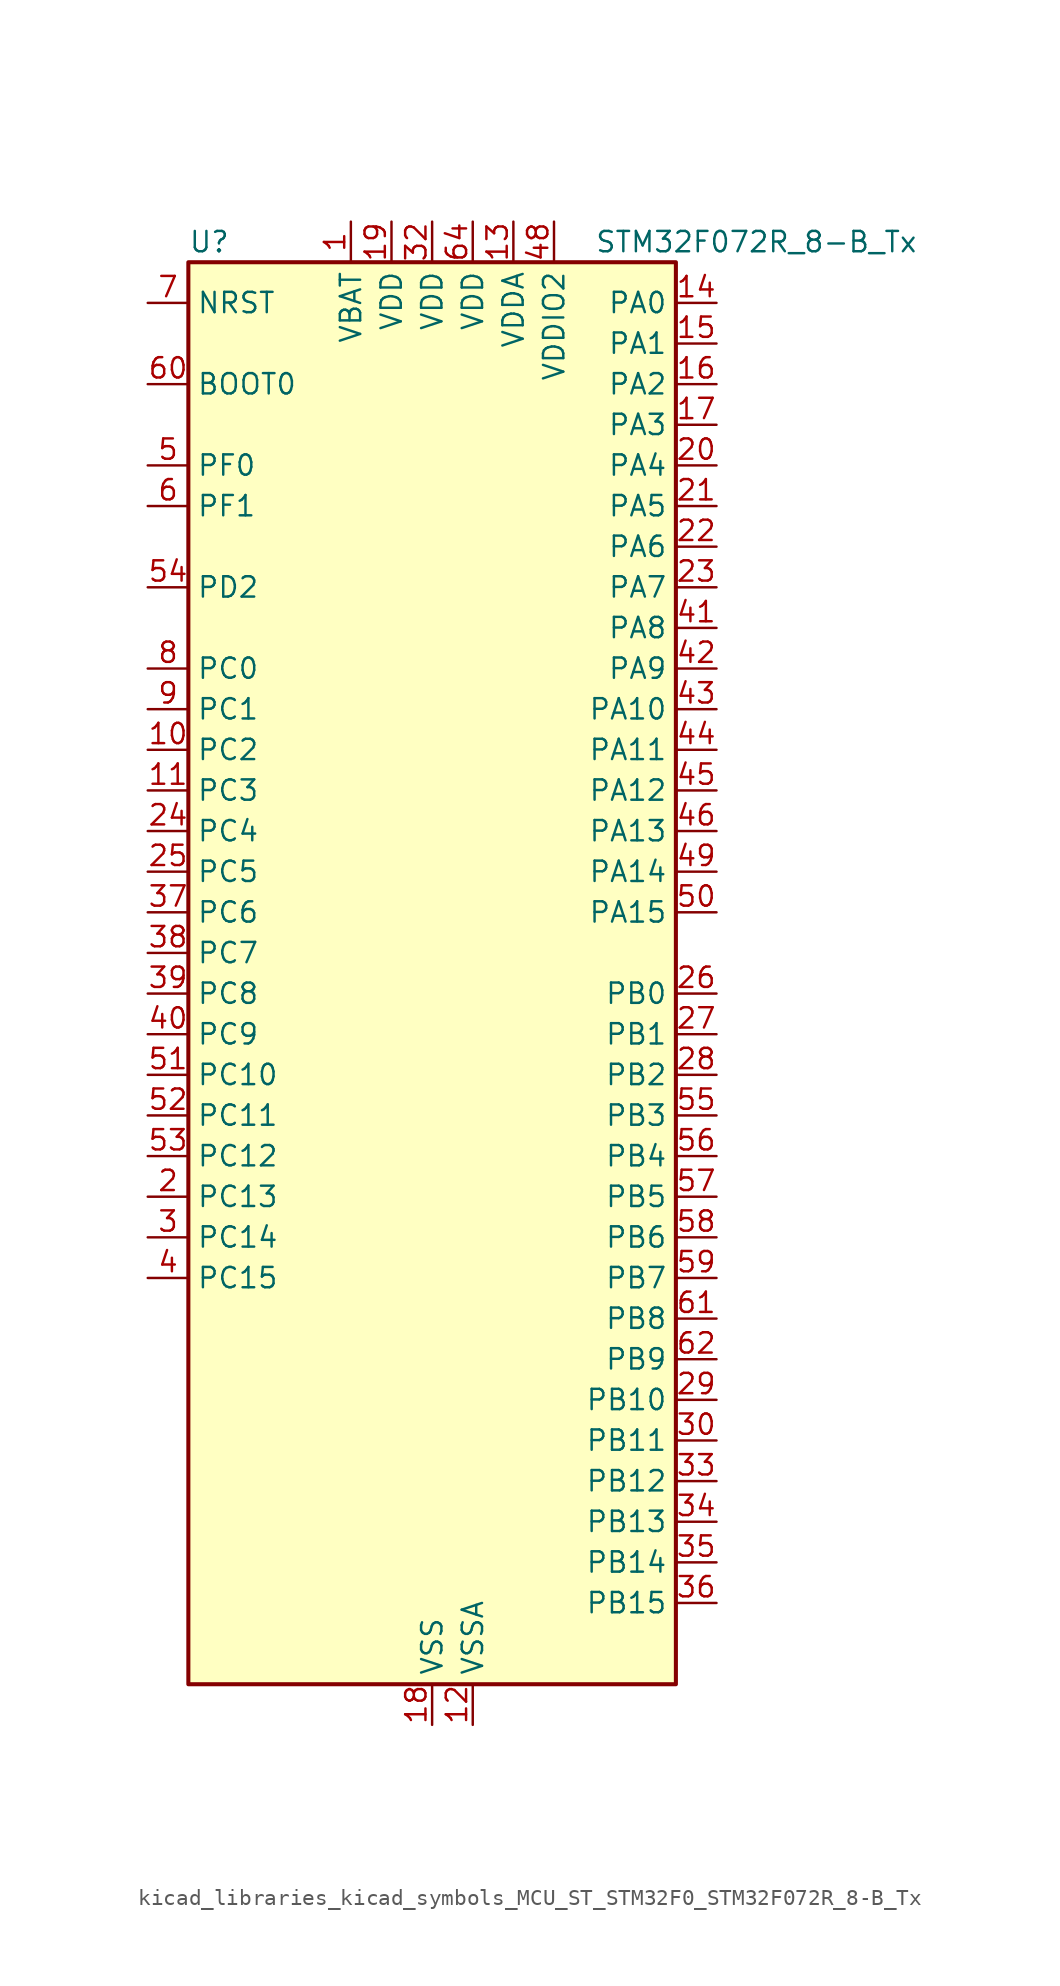
<source format=kicad_sym>
(kicad_symbol_lib
  (version 20220914)
  (generator kicad_symbol_editor)
  (symbol "kicad_libraries_kicad_symbols_MCU_ST_STM32F0_STM32F072R_8-B_Tx"
    (property "Reference" "U"
      (at -15.24 46.99 0)
      (effects (font (size 1.27 1.27)) (justify left)))
    (property "Value" "STM32F072R_8-B_Tx"
      (at 10.16 46.99 0)
      (effects (font (size 1.27 1.27)) (justify left)))
    (property "ki_locked" ""
      (at 0 0 0)
      (effects (font (size 1.27 1.27))))
    (symbol "kicad_libraries_kicad_symbols_MCU_ST_STM32F0_STM32F072R_8-B_Tx_0_1"
      (rectangle (start -15.24 -43.18) (end 15.24 45.72) (stroke (width 0.254) (type default)) (fill (type background))))
    (symbol "kicad_libraries_kicad_symbols_MCU_ST_STM32F0_STM32F072R_8-B_Tx_1_1"
      (pin power_in line (at -5.08 48.26 270) (length 2.54) (name "VBAT" (effects (font (size 1.27 1.27)))) (number "1" (effects (font (size 1.27 1.27)))))
      (pin bidirectional line (at -17.78 15.24 0) (length 2.54) (name "PC2" (effects (font (size 1.27 1.27)))) (number "10" (effects (font (size 1.27 1.27)))) (alternate "ADC_IN12" bidirectional line) (alternate "I2S2_MCK" bidirectional line) (alternate "SPI2_MISO" bidirectional line))
      (pin bidirectional line (at -17.78 12.7 0) (length 2.54) (name "PC3" (effects (font (size 1.27 1.27)))) (number "11" (effects (font (size 1.27 1.27)))) (alternate "ADC_IN13" bidirectional line) (alternate "I2S2_SD" bidirectional line) (alternate "SPI2_MOSI" bidirectional line))
      (pin power_in line (at 2.54 -45.72 90) (length 2.54) (name "VSSA" (effects (font (size 1.27 1.27)))) (number "12" (effects (font (size 1.27 1.27)))))
      (pin power_in line (at 5.08 48.26 270) (length 2.54) (name "VDDA" (effects (font (size 1.27 1.27)))) (number "13" (effects (font (size 1.27 1.27)))))
      (pin bidirectional line (at 17.78 43.18 180) (length 2.54) (name "PA0" (effects (font (size 1.27 1.27)))) (number "14" (effects (font (size 1.27 1.27)))) (alternate "ADC_IN0" bidirectional line) (alternate "COMP1_INM" bidirectional line) (alternate "COMP1_OUT" bidirectional line) (alternate "RTC_TAMP2" bidirectional line) (alternate "SYS_WKUP1" bidirectional line) (alternate "TIM2_CH1" bidirectional line) (alternate "TIM2_ETR" bidirectional line) (alternate "TSC_G1_IO1" bidirectional line) (alternate "USART2_CTS" bidirectional line) (alternate "USART4_TX" bidirectional line))
      (pin bidirectional line (at 17.78 40.64 180) (length 2.54) (name "PA1" (effects (font (size 1.27 1.27)))) (number "15" (effects (font (size 1.27 1.27)))) (alternate "ADC_IN1" bidirectional line) (alternate "COMP1_INP" bidirectional line) (alternate "TIM15_CH1N" bidirectional line) (alternate "TIM2_CH2" bidirectional line) (alternate "TSC_G1_IO2" bidirectional line) (alternate "USART2_DE" bidirectional line) (alternate "USART2_RTS" bidirectional line) (alternate "USART4_RX" bidirectional line))
      (pin bidirectional line (at 17.78 38.1 180) (length 2.54) (name "PA2" (effects (font (size 1.27 1.27)))) (number "16" (effects (font (size 1.27 1.27)))) (alternate "ADC_IN2" bidirectional line) (alternate "COMP2_INM" bidirectional line) (alternate "COMP2_OUT" bidirectional line) (alternate "SYS_WKUP4" bidirectional line) (alternate "TIM15_CH1" bidirectional line) (alternate "TIM2_CH3" bidirectional line) (alternate "TSC_G1_IO3" bidirectional line) (alternate "USART2_TX" bidirectional line))
      (pin bidirectional line (at 17.78 35.56 180) (length 2.54) (name "PA3" (effects (font (size 1.27 1.27)))) (number "17" (effects (font (size 1.27 1.27)))) (alternate "ADC_IN3" bidirectional line) (alternate "COMP2_INP" bidirectional line) (alternate "TIM15_CH2" bidirectional line) (alternate "TIM2_CH4" bidirectional line) (alternate "TSC_G1_IO4" bidirectional line) (alternate "USART2_RX" bidirectional line))
      (pin power_in line (at 0 -45.72 90) (length 2.54) (name "VSS" (effects (font (size 1.27 1.27)))) (number "18" (effects (font (size 1.27 1.27)))))
      (pin power_in line (at -2.54 48.26 270) (length 2.54) (name "VDD" (effects (font (size 1.27 1.27)))) (number "19" (effects (font (size 1.27 1.27)))))
      (pin bidirectional line (at -17.78 -12.7 0) (length 2.54) (name "PC13" (effects (font (size 1.27 1.27)))) (number "2" (effects (font (size 1.27 1.27)))) (alternate "RTC_OUT_ALARM" bidirectional line) (alternate "RTC_OUT_CALIB" bidirectional line) (alternate "RTC_TAMP1" bidirectional line) (alternate "RTC_TS" bidirectional line) (alternate "SYS_WKUP2" bidirectional line))
      (pin bidirectional line (at 17.78 33.02 180) (length 2.54) (name "PA4" (effects (font (size 1.27 1.27)))) (number "20" (effects (font (size 1.27 1.27)))) (alternate "ADC_IN4" bidirectional line) (alternate "COMP1_INM" bidirectional line) (alternate "COMP2_INM" bidirectional line) (alternate "DAC_OUT1" bidirectional line) (alternate "I2S1_WS" bidirectional line) (alternate "SPI1_NSS" bidirectional line) (alternate "TIM14_CH1" bidirectional line) (alternate "TSC_G2_IO1" bidirectional line) (alternate "USART2_CK" bidirectional line))
      (pin bidirectional line (at 17.78 30.48 180) (length 2.54) (name "PA5" (effects (font (size 1.27 1.27)))) (number "21" (effects (font (size 1.27 1.27)))) (alternate "ADC_IN5" bidirectional line) (alternate "CEC" bidirectional line) (alternate "COMP1_INM" bidirectional line) (alternate "COMP2_INM" bidirectional line) (alternate "DAC_OUT2" bidirectional line) (alternate "I2S1_CK" bidirectional line) (alternate "SPI1_SCK" bidirectional line) (alternate "TIM2_CH1" bidirectional line) (alternate "TIM2_ETR" bidirectional line) (alternate "TSC_G2_IO2" bidirectional line))
      (pin bidirectional line (at 17.78 27.94 180) (length 2.54) (name "PA6" (effects (font (size 1.27 1.27)))) (number "22" (effects (font (size 1.27 1.27)))) (alternate "ADC_IN6" bidirectional line) (alternate "COMP1_OUT" bidirectional line) (alternate "I2S1_MCK" bidirectional line) (alternate "SPI1_MISO" bidirectional line) (alternate "TIM16_CH1" bidirectional line) (alternate "TIM1_BKIN" bidirectional line) (alternate "TIM3_CH1" bidirectional line) (alternate "TSC_G2_IO3" bidirectional line) (alternate "USART3_CTS" bidirectional line))
      (pin bidirectional line (at 17.78 25.4 180) (length 2.54) (name "PA7" (effects (font (size 1.27 1.27)))) (number "23" (effects (font (size 1.27 1.27)))) (alternate "ADC_IN7" bidirectional line) (alternate "COMP2_OUT" bidirectional line) (alternate "I2S1_SD" bidirectional line) (alternate "SPI1_MOSI" bidirectional line) (alternate "TIM14_CH1" bidirectional line) (alternate "TIM17_CH1" bidirectional line) (alternate "TIM1_CH1N" bidirectional line) (alternate "TIM3_CH2" bidirectional line) (alternate "TSC_G2_IO4" bidirectional line))
      (pin bidirectional line (at -17.78 10.16 0) (length 2.54) (name "PC4" (effects (font (size 1.27 1.27)))) (number "24" (effects (font (size 1.27 1.27)))) (alternate "ADC_IN14" bidirectional line) (alternate "USART3_TX" bidirectional line))
      (pin bidirectional line (at -17.78 7.62 0) (length 2.54) (name "PC5" (effects (font (size 1.27 1.27)))) (number "25" (effects (font (size 1.27 1.27)))) (alternate "ADC_IN15" bidirectional line) (alternate "SYS_WKUP5" bidirectional line) (alternate "TSC_G3_IO1" bidirectional line) (alternate "USART3_RX" bidirectional line))
      (pin bidirectional line (at 17.78 0 180) (length 2.54) (name "PB0" (effects (font (size 1.27 1.27)))) (number "26" (effects (font (size 1.27 1.27)))) (alternate "ADC_IN8" bidirectional line) (alternate "TIM1_CH2N" bidirectional line) (alternate "TIM3_CH3" bidirectional line) (alternate "TSC_G3_IO2" bidirectional line) (alternate "USART3_CK" bidirectional line))
      (pin bidirectional line (at 17.78 -2.54 180) (length 2.54) (name "PB1" (effects (font (size 1.27 1.27)))) (number "27" (effects (font (size 1.27 1.27)))) (alternate "ADC_IN9" bidirectional line) (alternate "TIM14_CH1" bidirectional line) (alternate "TIM1_CH3N" bidirectional line) (alternate "TIM3_CH4" bidirectional line) (alternate "TSC_G3_IO3" bidirectional line) (alternate "USART3_DE" bidirectional line) (alternate "USART3_RTS" bidirectional line))
      (pin bidirectional line (at 17.78 -5.08 180) (length 2.54) (name "PB2" (effects (font (size 1.27 1.27)))) (number "28" (effects (font (size 1.27 1.27)))) (alternate "TSC_G3_IO4" bidirectional line))
      (pin bidirectional line (at 17.78 -25.4 180) (length 2.54) (name "PB10" (effects (font (size 1.27 1.27)))) (number "29" (effects (font (size 1.27 1.27)))) (alternate "CEC" bidirectional line) (alternate "I2C2_SCL" bidirectional line) (alternate "I2S2_CK" bidirectional line) (alternate "SPI2_SCK" bidirectional line) (alternate "TIM2_CH3" bidirectional line) (alternate "TSC_SYNC" bidirectional line) (alternate "USART3_TX" bidirectional line))
      (pin bidirectional line (at -17.78 -15.24 0) (length 2.54) (name "PC14" (effects (font (size 1.27 1.27)))) (number "3" (effects (font (size 1.27 1.27)))) (alternate "RCC_OSC32_IN" bidirectional line))
      (pin bidirectional line (at 17.78 -27.94 180) (length 2.54) (name "PB11" (effects (font (size 1.27 1.27)))) (number "30" (effects (font (size 1.27 1.27)))) (alternate "I2C2_SDA" bidirectional line) (alternate "TIM2_CH4" bidirectional line) (alternate "TSC_G6_IO1" bidirectional line) (alternate "USART3_RX" bidirectional line))
      (pin passive line (at 0 -45.72 90) (length 2.54) hide (name "VSS" (effects (font (size 1.27 1.27)))) (number "31" (effects (font (size 1.27 1.27)))))
      (pin power_in line (at 0 48.26 270) (length 2.54) (name "VDD" (effects (font (size 1.27 1.27)))) (number "32" (effects (font (size 1.27 1.27)))))
      (pin bidirectional line (at 17.78 -30.48 180) (length 2.54) (name "PB12" (effects (font (size 1.27 1.27)))) (number "33" (effects (font (size 1.27 1.27)))) (alternate "I2S2_WS" bidirectional line) (alternate "SPI2_NSS" bidirectional line) (alternate "TIM15_BKIN" bidirectional line) (alternate "TIM1_BKIN" bidirectional line) (alternate "TSC_G6_IO2" bidirectional line) (alternate "USART3_CK" bidirectional line))
      (pin bidirectional line (at 17.78 -33.02 180) (length 2.54) (name "PB13" (effects (font (size 1.27 1.27)))) (number "34" (effects (font (size 1.27 1.27)))) (alternate "I2C2_SCL" bidirectional line) (alternate "I2S2_CK" bidirectional line) (alternate "SPI2_SCK" bidirectional line) (alternate "TIM1_CH1N" bidirectional line) (alternate "TSC_G6_IO3" bidirectional line) (alternate "USART3_CTS" bidirectional line))
      (pin bidirectional line (at 17.78 -35.56 180) (length 2.54) (name "PB14" (effects (font (size 1.27 1.27)))) (number "35" (effects (font (size 1.27 1.27)))) (alternate "I2C2_SDA" bidirectional line) (alternate "I2S2_MCK" bidirectional line) (alternate "SPI2_MISO" bidirectional line) (alternate "TIM15_CH1" bidirectional line) (alternate "TIM1_CH2N" bidirectional line) (alternate "TSC_G6_IO4" bidirectional line) (alternate "USART3_DE" bidirectional line) (alternate "USART3_RTS" bidirectional line))
      (pin bidirectional line (at 17.78 -38.1 180) (length 2.54) (name "PB15" (effects (font (size 1.27 1.27)))) (number "36" (effects (font (size 1.27 1.27)))) (alternate "I2S2_SD" bidirectional line) (alternate "RTC_REFIN" bidirectional line) (alternate "SPI2_MOSI" bidirectional line) (alternate "SYS_WKUP7" bidirectional line) (alternate "TIM15_CH1N" bidirectional line) (alternate "TIM15_CH2" bidirectional line) (alternate "TIM1_CH3N" bidirectional line))
      (pin bidirectional line (at -17.78 5.08 0) (length 2.54) (name "PC6" (effects (font (size 1.27 1.27)))) (number "37" (effects (font (size 1.27 1.27)))) (alternate "TIM3_CH1" bidirectional line))
      (pin bidirectional line (at -17.78 2.54 0) (length 2.54) (name "PC7" (effects (font (size 1.27 1.27)))) (number "38" (effects (font (size 1.27 1.27)))) (alternate "TIM3_CH2" bidirectional line))
      (pin bidirectional line (at -17.78 0 0) (length 2.54) (name "PC8" (effects (font (size 1.27 1.27)))) (number "39" (effects (font (size 1.27 1.27)))) (alternate "TIM3_CH3" bidirectional line))
      (pin bidirectional line (at -17.78 -17.78 0) (length 2.54) (name "PC15" (effects (font (size 1.27 1.27)))) (number "4" (effects (font (size 1.27 1.27)))) (alternate "RCC_OSC32_OUT" bidirectional line))
      (pin bidirectional line (at -17.78 -2.54 0) (length 2.54) (name "PC9" (effects (font (size 1.27 1.27)))) (number "40" (effects (font (size 1.27 1.27)))) (alternate "DAC_EXTI9" bidirectional line) (alternate "TIM3_CH4" bidirectional line))
      (pin bidirectional line (at 17.78 22.86 180) (length 2.54) (name "PA8" (effects (font (size 1.27 1.27)))) (number "41" (effects (font (size 1.27 1.27)))) (alternate "CRS_SYNC" bidirectional line) (alternate "RCC_MCO" bidirectional line) (alternate "TIM1_CH1" bidirectional line) (alternate "USART1_CK" bidirectional line))
      (pin bidirectional line (at 17.78 20.32 180) (length 2.54) (name "PA9" (effects (font (size 1.27 1.27)))) (number "42" (effects (font (size 1.27 1.27)))) (alternate "DAC_EXTI9" bidirectional line) (alternate "TIM15_BKIN" bidirectional line) (alternate "TIM1_CH2" bidirectional line) (alternate "TSC_G4_IO1" bidirectional line) (alternate "USART1_TX" bidirectional line))
      (pin bidirectional line (at 17.78 17.78 180) (length 2.54) (name "PA10" (effects (font (size 1.27 1.27)))) (number "43" (effects (font (size 1.27 1.27)))) (alternate "TIM17_BKIN" bidirectional line) (alternate "TIM1_CH3" bidirectional line) (alternate "TSC_G4_IO2" bidirectional line) (alternate "USART1_RX" bidirectional line))
      (pin bidirectional line (at 17.78 15.24 180) (length 2.54) (name "PA11" (effects (font (size 1.27 1.27)))) (number "44" (effects (font (size 1.27 1.27)))) (alternate "CAN_RX" bidirectional line) (alternate "COMP1_OUT" bidirectional line) (alternate "TIM1_CH4" bidirectional line) (alternate "TSC_G4_IO3" bidirectional line) (alternate "USART1_CTS" bidirectional line) (alternate "USB_DM" bidirectional line))
      (pin bidirectional line (at 17.78 12.7 180) (length 2.54) (name "PA12" (effects (font (size 1.27 1.27)))) (number "45" (effects (font (size 1.27 1.27)))) (alternate "CAN_TX" bidirectional line) (alternate "COMP2_OUT" bidirectional line) (alternate "TIM1_ETR" bidirectional line) (alternate "TSC_G4_IO4" bidirectional line) (alternate "USART1_DE" bidirectional line) (alternate "USART1_RTS" bidirectional line) (alternate "USB_DP" bidirectional line))
      (pin bidirectional line (at 17.78 10.16 180) (length 2.54) (name "PA13" (effects (font (size 1.27 1.27)))) (number "46" (effects (font (size 1.27 1.27)))) (alternate "IR_OUT" bidirectional line) (alternate "SYS_SWDIO" bidirectional line) (alternate "USB_NOE" bidirectional line))
      (pin passive line (at 0 -45.72 90) (length 2.54) hide (name "VSS" (effects (font (size 1.27 1.27)))) (number "47" (effects (font (size 1.27 1.27)))))
      (pin power_in line (at 7.62 48.26 270) (length 2.54) (name "VDDIO2" (effects (font (size 1.27 1.27)))) (number "48" (effects (font (size 1.27 1.27)))))
      (pin bidirectional line (at 17.78 7.62 180) (length 2.54) (name "PA14" (effects (font (size 1.27 1.27)))) (number "49" (effects (font (size 1.27 1.27)))) (alternate "SYS_SWCLK" bidirectional line) (alternate "USART2_TX" bidirectional line))
      (pin bidirectional line (at -17.78 33.02 0) (length 2.54) (name "PF0" (effects (font (size 1.27 1.27)))) (number "5" (effects (font (size 1.27 1.27)))) (alternate "CRS_SYNC" bidirectional line) (alternate "RCC_OSC_IN" bidirectional line))
      (pin bidirectional line (at 17.78 5.08 180) (length 2.54) (name "PA15" (effects (font (size 1.27 1.27)))) (number "50" (effects (font (size 1.27 1.27)))) (alternate "I2S1_WS" bidirectional line) (alternate "SPI1_NSS" bidirectional line) (alternate "TIM2_CH1" bidirectional line) (alternate "TIM2_ETR" bidirectional line) (alternate "USART2_RX" bidirectional line) (alternate "USART4_DE" bidirectional line) (alternate "USART4_RTS" bidirectional line))
      (pin bidirectional line (at -17.78 -5.08 0) (length 2.54) (name "PC10" (effects (font (size 1.27 1.27)))) (number "51" (effects (font (size 1.27 1.27)))) (alternate "USART3_TX" bidirectional line) (alternate "USART4_TX" bidirectional line))
      (pin bidirectional line (at -17.78 -7.62 0) (length 2.54) (name "PC11" (effects (font (size 1.27 1.27)))) (number "52" (effects (font (size 1.27 1.27)))) (alternate "USART3_RX" bidirectional line) (alternate "USART4_RX" bidirectional line))
      (pin bidirectional line (at -17.78 -10.16 0) (length 2.54) (name "PC12" (effects (font (size 1.27 1.27)))) (number "53" (effects (font (size 1.27 1.27)))) (alternate "USART3_CK" bidirectional line) (alternate "USART4_CK" bidirectional line))
      (pin bidirectional line (at -17.78 25.4 0) (length 2.54) (name "PD2" (effects (font (size 1.27 1.27)))) (number "54" (effects (font (size 1.27 1.27)))) (alternate "TIM3_ETR" bidirectional line) (alternate "USART3_DE" bidirectional line) (alternate "USART3_RTS" bidirectional line))
      (pin bidirectional line (at 17.78 -7.62 180) (length 2.54) (name "PB3" (effects (font (size 1.27 1.27)))) (number "55" (effects (font (size 1.27 1.27)))) (alternate "I2S1_CK" bidirectional line) (alternate "SPI1_SCK" bidirectional line) (alternate "TIM2_CH2" bidirectional line) (alternate "TSC_G5_IO1" bidirectional line))
      (pin bidirectional line (at 17.78 -10.16 180) (length 2.54) (name "PB4" (effects (font (size 1.27 1.27)))) (number "56" (effects (font (size 1.27 1.27)))) (alternate "I2S1_MCK" bidirectional line) (alternate "SPI1_MISO" bidirectional line) (alternate "TIM17_BKIN" bidirectional line) (alternate "TIM3_CH1" bidirectional line) (alternate "TSC_G5_IO2" bidirectional line))
      (pin bidirectional line (at 17.78 -12.7 180) (length 2.54) (name "PB5" (effects (font (size 1.27 1.27)))) (number "57" (effects (font (size 1.27 1.27)))) (alternate "I2C1_SMBA" bidirectional line) (alternate "I2S1_SD" bidirectional line) (alternate "SPI1_MOSI" bidirectional line) (alternate "SYS_WKUP6" bidirectional line) (alternate "TIM16_BKIN" bidirectional line) (alternate "TIM3_CH2" bidirectional line))
      (pin bidirectional line (at 17.78 -15.24 180) (length 2.54) (name "PB6" (effects (font (size 1.27 1.27)))) (number "58" (effects (font (size 1.27 1.27)))) (alternate "I2C1_SCL" bidirectional line) (alternate "TIM16_CH1N" bidirectional line) (alternate "TSC_G5_IO3" bidirectional line) (alternate "USART1_TX" bidirectional line))
      (pin bidirectional line (at 17.78 -17.78 180) (length 2.54) (name "PB7" (effects (font (size 1.27 1.27)))) (number "59" (effects (font (size 1.27 1.27)))) (alternate "I2C1_SDA" bidirectional line) (alternate "TIM17_CH1N" bidirectional line) (alternate "TSC_G5_IO4" bidirectional line) (alternate "USART1_RX" bidirectional line) (alternate "USART4_CTS" bidirectional line))
      (pin bidirectional line (at -17.78 30.48 0) (length 2.54) (name "PF1" (effects (font (size 1.27 1.27)))) (number "6" (effects (font (size 1.27 1.27)))) (alternate "RCC_OSC_OUT" bidirectional line))
      (pin input line (at -17.78 38.1 0) (length 2.54) (name "BOOT0" (effects (font (size 1.27 1.27)))) (number "60" (effects (font (size 1.27 1.27)))))
      (pin bidirectional line (at 17.78 -20.32 180) (length 2.54) (name "PB8" (effects (font (size 1.27 1.27)))) (number "61" (effects (font (size 1.27 1.27)))) (alternate "CAN_RX" bidirectional line) (alternate "CEC" bidirectional line) (alternate "I2C1_SCL" bidirectional line) (alternate "TIM16_CH1" bidirectional line) (alternate "TSC_SYNC" bidirectional line))
      (pin bidirectional line (at 17.78 -22.86 180) (length 2.54) (name "PB9" (effects (font (size 1.27 1.27)))) (number "62" (effects (font (size 1.27 1.27)))) (alternate "CAN_TX" bidirectional line) (alternate "DAC_EXTI9" bidirectional line) (alternate "I2C1_SDA" bidirectional line) (alternate "I2S2_WS" bidirectional line) (alternate "IR_OUT" bidirectional line) (alternate "SPI2_NSS" bidirectional line) (alternate "TIM17_CH1" bidirectional line))
      (pin passive line (at 0 -45.72 90) (length 2.54) hide (name "VSS" (effects (font (size 1.27 1.27)))) (number "63" (effects (font (size 1.27 1.27)))))
      (pin power_in line (at 2.54 48.26 270) (length 2.54) (name "VDD" (effects (font (size 1.27 1.27)))) (number "64" (effects (font (size 1.27 1.27)))))
      (pin input line (at -17.78 43.18 0) (length 2.54) (name "NRST" (effects (font (size 1.27 1.27)))) (number "7" (effects (font (size 1.27 1.27)))))
      (pin bidirectional line (at -17.78 20.32 0) (length 2.54) (name "PC0" (effects (font (size 1.27 1.27)))) (number "8" (effects (font (size 1.27 1.27)))) (alternate "ADC_IN10" bidirectional line))
      (pin bidirectional line (at -17.78 17.78 0) (length 2.54) (name "PC1" (effects (font (size 1.27 1.27)))) (number "9" (effects (font (size 1.27 1.27)))) (alternate "ADC_IN11" bidirectional line)))))
</source>
